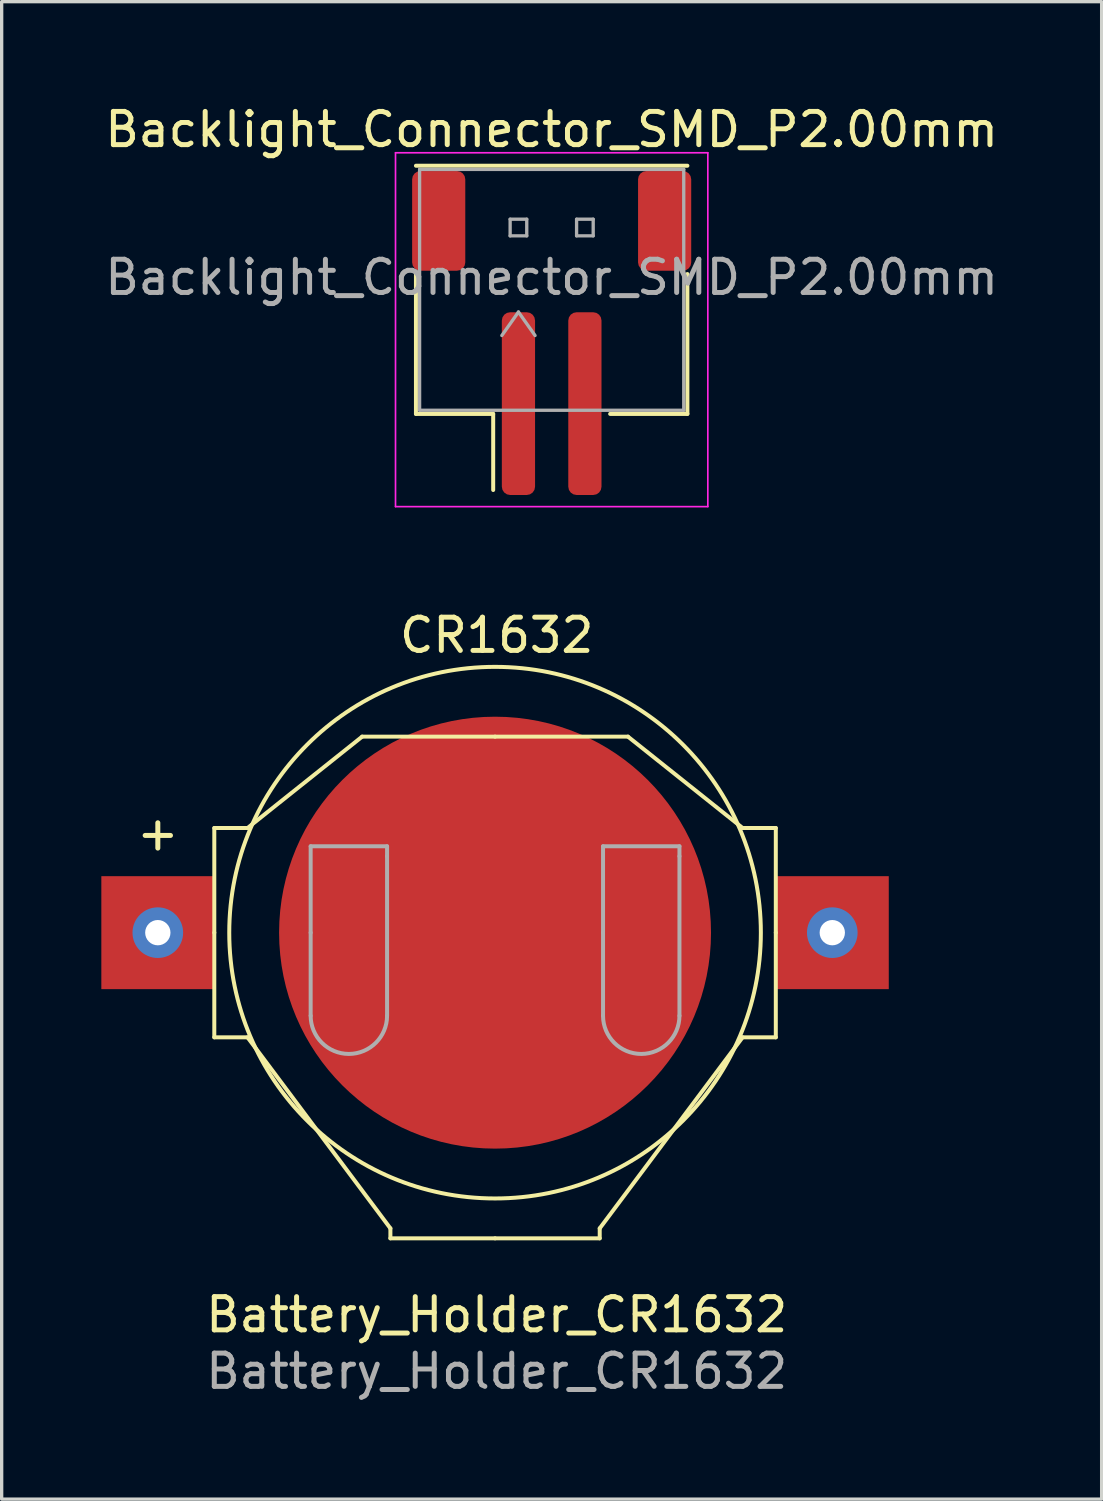
<source format=kicad_pcb>
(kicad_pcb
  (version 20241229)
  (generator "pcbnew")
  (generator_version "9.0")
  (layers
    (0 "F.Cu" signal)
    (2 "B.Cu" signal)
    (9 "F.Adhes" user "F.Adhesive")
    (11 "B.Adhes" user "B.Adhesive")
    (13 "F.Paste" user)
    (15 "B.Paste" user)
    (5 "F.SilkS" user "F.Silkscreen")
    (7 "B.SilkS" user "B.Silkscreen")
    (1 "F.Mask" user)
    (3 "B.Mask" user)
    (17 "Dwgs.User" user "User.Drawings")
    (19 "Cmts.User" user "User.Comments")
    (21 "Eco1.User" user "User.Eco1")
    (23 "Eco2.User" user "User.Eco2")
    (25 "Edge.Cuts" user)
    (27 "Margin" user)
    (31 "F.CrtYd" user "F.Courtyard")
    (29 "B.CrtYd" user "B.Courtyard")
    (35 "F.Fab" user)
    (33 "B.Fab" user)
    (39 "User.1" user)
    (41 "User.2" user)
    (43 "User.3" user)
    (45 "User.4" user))
  (footprint "Battery_Holder_CR1632"
    (layer "F.Cu")
    (at 11.9 24.971)
    (property "Reference" "Battery_Holder_CR1632" (at 0 11.55 0) (unlocked yes) (layer "F.SilkS") (effects (font (size 1 1) (thickness 0.15))))
    (attr smd)
    (fp_line (start -8.5 -3.1) (end -7.5 -3.1) (stroke (width 0.12) (type solid)) (layer "F.SilkS"))
    (fp_line (start -8.5 0.05) (end -8.5 -3.1) (stroke (width 0.12) (type solid)) (layer "F.SilkS"))
    (fp_line (start -8.5 0.05) (end -8.5 3.2) (stroke (width 0.12) (type solid)) (layer "F.SilkS"))
    (fp_line (start -8.5 3.2) (end -7.5 3.2) (stroke (width 0.12) (type solid)) (layer "F.SilkS"))
    (fp_line (start -4.05 -5.85) (end -7.5 -3.1) (stroke (width 0.12) (type solid)) (layer "F.SilkS"))
    (fp_line (start -3.2 8.95) (end -7.5 3.2) (stroke (width 0.12) (type solid)) (layer "F.SilkS"))
    (fp_line (start -3.2 9.25) (end -3.2 8.95) (stroke (width 0.12) (type solid)) (layer "F.SilkS"))
    (fp_line (start -0.05 -5.85) (end -4.05 -5.85) (stroke (width 0.12) (type solid)) (layer "F.SilkS"))
    (fp_line (start -0.05 -5.85) (end 3.95 -5.85) (stroke (width 0.12) (type solid)) (layer "F.SilkS"))
    (fp_line (start -0.05 9.25) (end -3.2 9.25) (stroke (width 0.12) (type solid)) (layer "F.SilkS"))
    (fp_line (start -0.05 9.25) (end 3.1 9.25) (stroke (width 0.12) (type solid)) (layer "F.SilkS"))
    (fp_line (start 3.1 8.95) (end 7.4 3.2) (stroke (width 0.12) (type solid)) (layer "F.SilkS"))
    (fp_line (start 3.1 9.25) (end 3.1 8.95) (stroke (width 0.12) (type solid)) (layer "F.SilkS"))
    (fp_line (start 3.95 -5.85) (end 7.4 -3.1) (stroke (width 0.12) (type solid)) (layer "F.SilkS"))
    (fp_line (start 8.4 -3.1) (end 7.4 -3.1) (stroke (width 0.12) (type solid)) (layer "F.SilkS"))
    (fp_line (start 8.4 0.05) (end 8.4 -3.1) (stroke (width 0.12) (type solid)) (layer "F.SilkS"))
    (fp_line (start 8.4 0.05) (end 8.4 3.2) (stroke (width 0.12) (type solid)) (layer "F.SilkS"))
    (fp_line (start 8.4 3.2) (end 7.4 3.2) (stroke (width 0.12) (type solid)) (layer "F.SilkS"))
    (fp_circle (center -0.05 0.05) (end -0.05 -7.95) (stroke (width 0.12) (type solid)) (fill no) (layer "F.SilkS"))
    (fp_line (start -5.6 -2.55) (end -3.3 -2.55) (stroke (width 0.12) (type solid)) (layer "F.Fab"))
    (fp_line (start -5.6 0.05) (end -5.6 -2.55) (stroke (width 0.12) (type solid)) (layer "F.Fab"))
    (fp_line (start -5.6 0.05) (end -5.6 2.55) (stroke (width 0.12) (type solid)) (layer "F.Fab"))
    (fp_line (start -3.3 -2.55) (end -3.3 -2.25) (stroke (width 0.12) (type solid)) (layer "F.Fab"))
    (fp_line (start -3.3 2.55) (end -3.3 -2.25) (stroke (width 0.12) (type solid)) (layer "F.Fab"))
    (fp_line (start 3.2 -2.55) (end 5.5 -2.55) (stroke (width 0.12) (type solid)) (layer "F.Fab"))
    (fp_line (start 3.2 0.05) (end 3.2 -2.55) (stroke (width 0.12) (type solid)) (layer "F.Fab"))
    (fp_line (start 3.2 0.05) (end 3.2 2.55) (stroke (width 0.12) (type solid)) (layer "F.Fab"))
    (fp_line (start 5.5 -2.55) (end 5.5 -2.25) (stroke (width 0.12) (type solid)) (layer "F.Fab"))
    (fp_line (start 5.5 2.55) (end 5.5 -2.25) (stroke (width 0.12) (type solid)) (layer "F.Fab"))
    (fp_arc (start -3.3 2.55) (mid -4.45 3.7) (end -5.6 2.55) (stroke (width 0.12) (type solid)) (layer "F.Fab"))
    (fp_arc (start 5.5 2.55) (mid 4.35 3.7) (end 3.2 2.55) (stroke (width 0.12) (type solid)) (layer "F.Fab"))
    (fp_text user "CR1632" (at 0 -8.9 180) (layer "F.SilkS") (effects (font (size 1 1) (thickness 0.15))))
    (fp_text user "+" (at -10.2 -2.95 180) (layer "F.SilkS") (effects (font (size 1 1) (thickness 0.15))))
    (fp_text user "${REFERENCE}" (at 0 13.25 0) (unlocked yes) (layer "F.Fab") (effects (font (size 1 1) (thickness 0.15))))
    (pad "1" thru_hole circle (at -10.2 0.05) (size 1.524 1.524) (drill 0.762) (layers "*.Cu" "*.Mask"))
    (pad "1" smd rect (at -10.2 0.05) (size 3.4 3.4) (layers "F.Cu" "F.Mask"))
    (pad "1" thru_hole circle (at 10.1 0.05) (size 1.524 1.524) (drill 0.762) (layers "*.Cu" "*.Mask"))
    (pad "1" smd rect (at 10.1 0.05) (size 3.4 3.4) (layers "F.Cu" "F.Mask"))
    (pad "2" smd circle (at -0.05 0.05) (size 13 13) (layers "F.Cu" "F.Mask")))
  (footprint "Backlight_Connector_SMD_P2.00mm"
    (layer "F.Cu")
    (at 13.554 6.298)
    (property "Reference" "Backlight_Connector_SMD_P2.00mm" (at 0 -5.45 0) (layer "F.SilkS") (effects (font (size 1 1) (thickness 0.15))))
    (attr smd)
    (fp_line (start -4.085 -4.36) (end 4.085 -4.36) (stroke (width 0.12) (type solid)) (layer "F.SilkS"))
    (fp_line (start -4.085 -1.1) (end -4.085 3.11) (stroke (width 0.12) (type solid)) (layer "F.SilkS"))
    (fp_line (start -4.085 3.11) (end -1.76 3.11) (stroke (width 0.12) (type solid)) (layer "F.SilkS"))
    (fp_line (start -1.76 3.11) (end -1.76 5.4) (stroke (width 0.12) (type solid)) (layer "F.SilkS"))
    (fp_line (start 4.085 -1.1) (end 4.085 3.11) (stroke (width 0.12) (type solid)) (layer "F.SilkS"))
    (fp_line (start 4.085 3.11) (end 1.76 3.11) (stroke (width 0.12) (type solid)) (layer "F.SilkS"))
    (fp_line (start -4.7 -4.75) (end -4.7 5.9) (stroke (width 0.05) (type solid)) (layer "F.CrtYd"))
    (fp_line (start -4.7 5.9) (end 4.7 5.9) (stroke (width 0.05) (type solid)) (layer "F.CrtYd"))
    (fp_line (start 4.7 -4.75) (end -4.7 -4.75) (stroke (width 0.05) (type solid)) (layer "F.CrtYd"))
    (fp_line (start 4.7 5.9) (end 4.7 -4.75) (stroke (width 0.05) (type solid)) (layer "F.CrtYd"))
    (fp_line (start -3.975 -4.25) (end 3.975 -4.25) (stroke (width 0.1) (type solid)) (layer "F.Fab"))
    (fp_line (start -3.975 3) (end -3.975 -4.25) (stroke (width 0.1) (type solid)) (layer "F.Fab"))
    (fp_line (start -3.975 3) (end 3.975 3) (stroke (width 0.1) (type solid)) (layer "F.Fab"))
    (fp_line (start -1.5 0.75) (end -1 0.043) (stroke (width 0.1) (type solid)) (layer "F.Fab"))
    (fp_line (start -1.25 -2.75) (end -1.25 -2.25) (stroke (width 0.1) (type solid)) (layer "F.Fab"))
    (fp_line (start -1.25 -2.25) (end -0.75 -2.25) (stroke (width 0.1) (type solid)) (layer "F.Fab"))
    (fp_line (start -1 0.043) (end -0.5 0.75) (stroke (width 0.1) (type solid)) (layer "F.Fab"))
    (fp_line (start -0.75 -2.75) (end -1.25 -2.75) (stroke (width 0.1) (type solid)) (layer "F.Fab"))
    (fp_line (start -0.75 -2.25) (end -0.75 -2.75) (stroke (width 0.1) (type solid)) (layer "F.Fab"))
    (fp_line (start 0.75 -2.75) (end 0.75 -2.25) (stroke (width 0.1) (type solid)) (layer "F.Fab"))
    (fp_line (start 0.75 -2.25) (end 1.25 -2.25) (stroke (width 0.1) (type solid)) (layer "F.Fab"))
    (fp_line (start 1.25 -2.75) (end 0.75 -2.75) (stroke (width 0.1) (type solid)) (layer "F.Fab"))
    (fp_line (start 1.25 -2.25) (end 1.25 -2.75) (stroke (width 0.1) (type solid)) (layer "F.Fab"))
    (fp_line (start 3.975 3) (end 3.975 -4.25) (stroke (width 0.1) (type solid)) (layer "F.Fab"))
    (fp_text user "${REFERENCE}" (at 0 -1 0) (layer "F.Fab") (effects (font (size 1 1) (thickness 0.15))))
    (pad "1" smd roundrect (at -1 2.8) (size 1 5.5) (layers "F.Cu" "F.Mask" "F.Paste") (roundrect_rratio 0.25))
    (pad "2" smd roundrect (at 1 2.8) (size 1 5.5) (layers "F.Cu" "F.Mask" "F.Paste") (roundrect_rratio 0.25))
    (pad "MP" smd roundrect (at -3.4 -2.7) (size 1.6 3) (layers "F.Cu" "F.Mask" "F.Paste") (roundrect_rratio 0.156))
    (pad "MP" smd roundrect (at 3.4 -2.7) (size 1.6 3) (layers "F.Cu" "F.Mask" "F.Paste") (roundrect_rratio 0.156)))
  (gr_rect
    (start -3 -3)
    (end 30.107 42.07)
    (stroke (width 0.1) (type default))
    (fill no)
    (layer "Edge.Cuts")))
</source>
